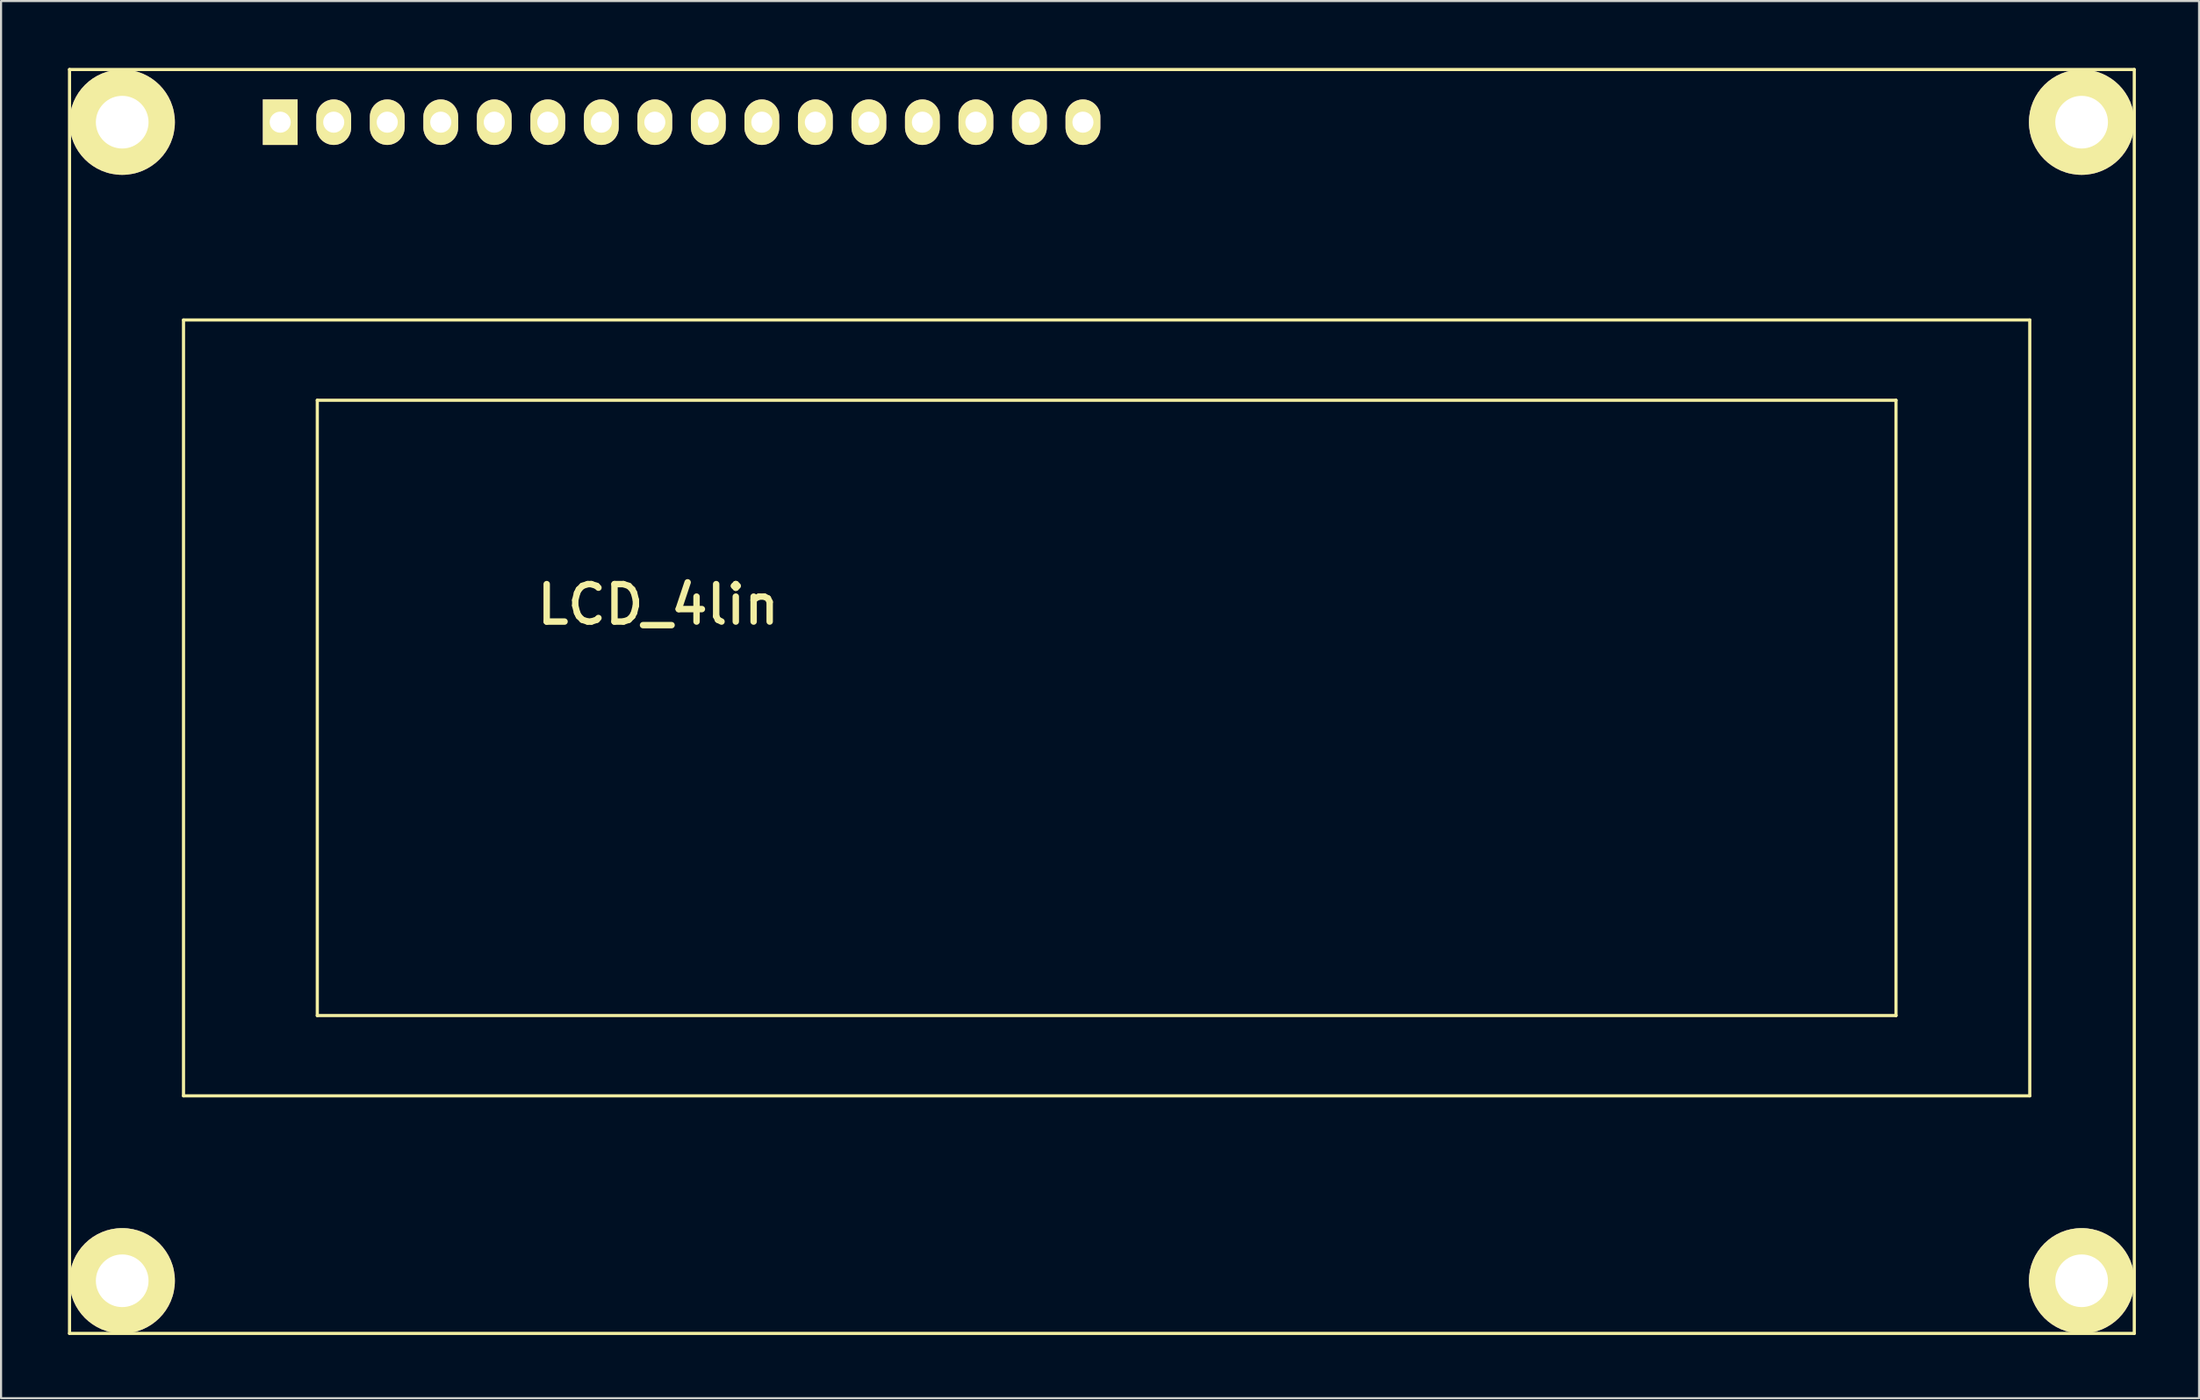
<source format=kicad_pcb>
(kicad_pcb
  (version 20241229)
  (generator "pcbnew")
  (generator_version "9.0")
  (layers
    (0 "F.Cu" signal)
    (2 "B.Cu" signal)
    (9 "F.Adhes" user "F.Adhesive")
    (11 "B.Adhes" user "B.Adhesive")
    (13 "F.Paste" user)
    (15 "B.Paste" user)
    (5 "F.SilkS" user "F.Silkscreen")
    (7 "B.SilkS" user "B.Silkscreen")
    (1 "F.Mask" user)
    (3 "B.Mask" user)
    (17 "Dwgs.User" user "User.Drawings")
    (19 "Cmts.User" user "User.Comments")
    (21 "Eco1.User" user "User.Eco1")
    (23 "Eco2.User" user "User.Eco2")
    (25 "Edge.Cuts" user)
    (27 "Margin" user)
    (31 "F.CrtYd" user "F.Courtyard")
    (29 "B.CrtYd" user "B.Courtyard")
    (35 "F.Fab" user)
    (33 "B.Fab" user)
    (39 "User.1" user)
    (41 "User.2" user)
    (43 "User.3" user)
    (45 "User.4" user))
  (footprint "LCD_4lin"
    (layer "F.Cu")
    (at 0.25 0.25)
    (property "Reference" "LCD_4lin" (at 27.94 25.4 0) (layer "F.SilkS") (effects (font (size 1.778 1.778) (thickness 0.305))))
    (attr through_hole)
    (fp_line (start 0 0) (end 98 0) (stroke (width 0.15) (type solid)) (layer "F.SilkS"))
    (fp_line (start 0 60) (end 0 0) (stroke (width 0.15) (type solid)) (layer "F.SilkS"))
    (fp_line (start 5.41 11.89) (end 93.04 11.89) (stroke (width 0.15) (type solid)) (layer "F.SilkS"))
    (fp_line (start 5.41 48.72) (end 5.41 11.89) (stroke (width 0.15) (type solid)) (layer "F.SilkS"))
    (fp_line (start 11.76 15.7) (end 11.76 44.91) (stroke (width 0.15) (type solid)) (layer "F.SilkS"))
    (fp_line (start 11.76 15.7) (end 86.69 15.7) (stroke (width 0.15) (type solid)) (layer "F.SilkS"))
    (fp_line (start 86.69 15.7) (end 86.69 44.91) (stroke (width 0.15) (type solid)) (layer "F.SilkS"))
    (fp_line (start 86.69 44.91) (end 11.76 44.91) (stroke (width 0.15) (type solid)) (layer "F.SilkS"))
    (fp_line (start 93.04 11.89) (end 93.04 48.72) (stroke (width 0.15) (type solid)) (layer "F.SilkS"))
    (fp_line (start 93.04 48.72) (end 5.41 48.72) (stroke (width 0.15) (type solid)) (layer "F.SilkS"))
    (fp_line (start 98 0) (end 98 60) (stroke (width 0.15) (type solid)) (layer "F.SilkS"))
    (fp_line (start 98 60) (end 0 60) (stroke (width 0.15) (type solid)) (layer "F.SilkS"))
    (pad "" thru_hole circle (at 2.5 2.5) (size 5 5) (drill 2.5) (layers "*.Cu" "*.Mask" "F.SilkS"))
    (pad "" thru_hole circle (at 2.5 57.5) (size 5 5) (drill 2.5) (layers "*.Cu" "*.Mask" "F.SilkS"))
    (pad "" thru_hole circle (at 95.5 2.5) (size 5 5) (drill 2.5) (layers "*.Cu" "*.Mask" "F.SilkS"))
    (pad "" thru_hole circle (at 95.5 57.5) (size 5 5) (drill 2.5) (layers "*.Cu" "*.Mask" "F.SilkS"))
    (pad "1" thru_hole rect (at 10 2.5) (size 1.651 2.159) (drill 1) (layers "*.Cu" "*.Mask" "F.SilkS"))
    (pad "2" thru_hole oval (at 12.54 2.5) (size 1.651 2.159) (drill 1) (layers "*.Cu" "*.Mask" "F.SilkS"))
    (pad "3" thru_hole oval (at 15.08 2.5) (size 1.651 2.159) (drill 1) (layers "*.Cu" "*.Mask" "F.SilkS"))
    (pad "4" thru_hole oval (at 17.62 2.5) (size 1.651 2.159) (drill 1) (layers "*.Cu" "*.Mask" "F.SilkS"))
    (pad "5" thru_hole oval (at 20.16 2.5) (size 1.651 2.159) (drill 1) (layers "*.Cu" "*.Mask" "F.SilkS"))
    (pad "6" thru_hole oval (at 22.7 2.5) (size 1.651 2.159) (drill 1) (layers "*.Cu" "*.Mask" "F.SilkS"))
    (pad "7" thru_hole oval (at 25.24 2.5) (size 1.651 2.159) (drill 1) (layers "*.Cu" "*.Mask" "F.SilkS"))
    (pad "8" thru_hole oval (at 27.78 2.5) (size 1.651 2.159) (drill 1) (layers "*.Cu" "*.Mask" "F.SilkS"))
    (pad "9" thru_hole oval (at 30.32 2.5) (size 1.651 2.159) (drill 1) (layers "*.Cu" "*.Mask" "F.SilkS"))
    (pad "10" thru_hole oval (at 32.86 2.5) (size 1.651 2.159) (drill 1) (layers "*.Cu" "*.Mask" "F.SilkS"))
    (pad "11" thru_hole oval (at 35.4 2.5) (size 1.651 2.159) (drill 1) (layers "*.Cu" "*.Mask" "F.SilkS"))
    (pad "12" thru_hole oval (at 37.94 2.5) (size 1.651 2.159) (drill 1) (layers "*.Cu" "*.Mask" "F.SilkS"))
    (pad "13" thru_hole oval (at 40.48 2.5) (size 1.651 2.159) (drill 1) (layers "*.Cu" "*.Mask" "F.SilkS"))
    (pad "14" thru_hole oval (at 43.02 2.5) (size 1.651 2.159) (drill 1) (layers "*.Cu" "*.Mask" "F.SilkS"))
    (pad "15" thru_hole oval (at 45.56 2.5) (size 1.651 2.159) (drill 1) (layers "*.Cu" "*.Mask" "F.SilkS"))
    (pad "16" thru_hole oval (at 48.1 2.5) (size 1.651 2.159) (drill 1) (layers "*.Cu" "*.Mask" "F.SilkS")))
  (gr_rect
    (start -3 -3)
    (end 101.325 63.325)
    (stroke (width 0.1) (type default))
    (fill no)
    (layer "Edge.Cuts")))
</source>
